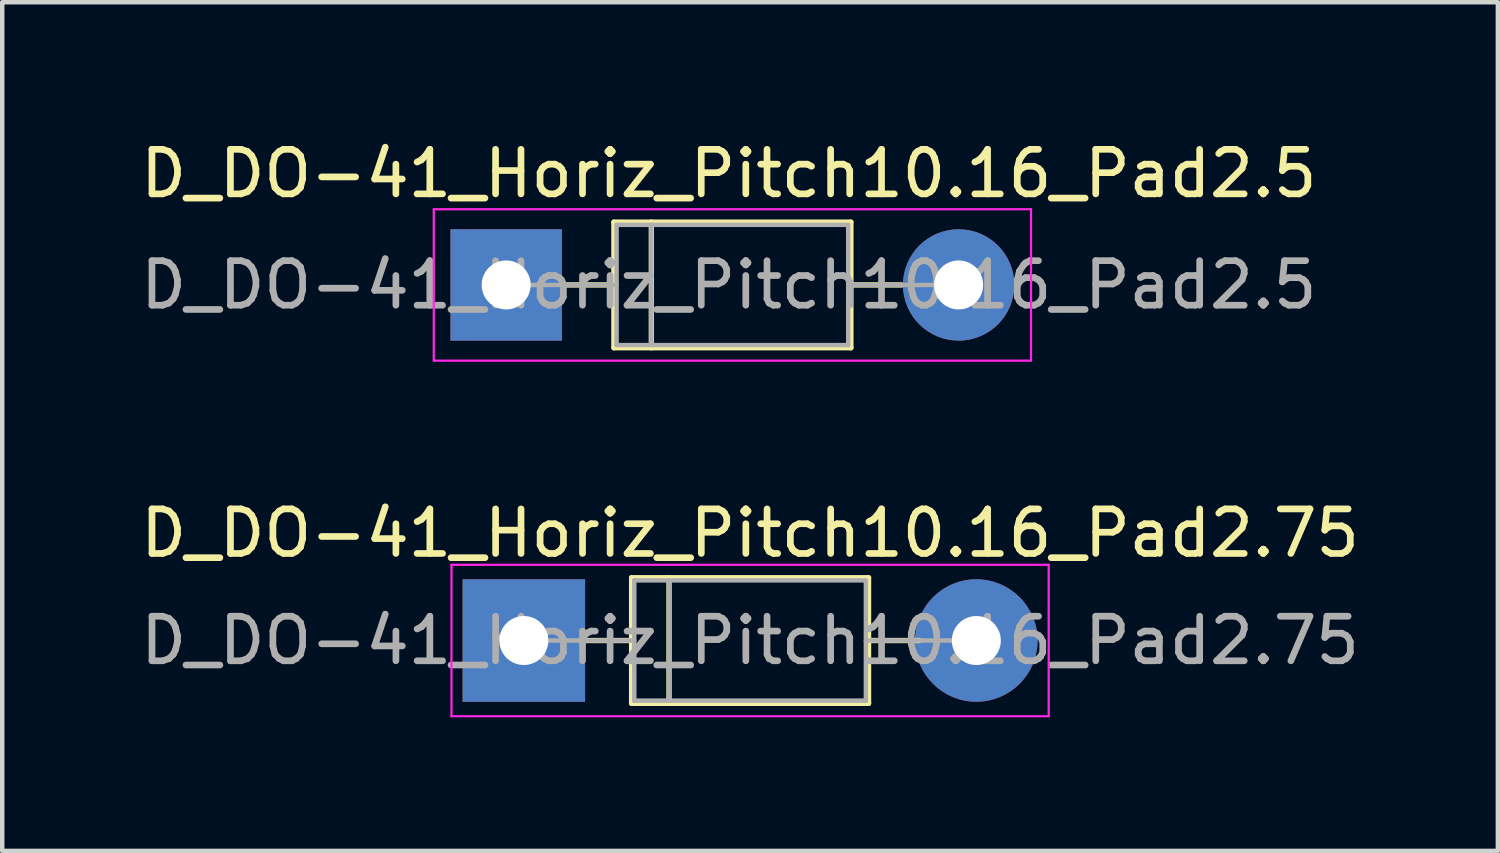
<source format=kicad_pcb>
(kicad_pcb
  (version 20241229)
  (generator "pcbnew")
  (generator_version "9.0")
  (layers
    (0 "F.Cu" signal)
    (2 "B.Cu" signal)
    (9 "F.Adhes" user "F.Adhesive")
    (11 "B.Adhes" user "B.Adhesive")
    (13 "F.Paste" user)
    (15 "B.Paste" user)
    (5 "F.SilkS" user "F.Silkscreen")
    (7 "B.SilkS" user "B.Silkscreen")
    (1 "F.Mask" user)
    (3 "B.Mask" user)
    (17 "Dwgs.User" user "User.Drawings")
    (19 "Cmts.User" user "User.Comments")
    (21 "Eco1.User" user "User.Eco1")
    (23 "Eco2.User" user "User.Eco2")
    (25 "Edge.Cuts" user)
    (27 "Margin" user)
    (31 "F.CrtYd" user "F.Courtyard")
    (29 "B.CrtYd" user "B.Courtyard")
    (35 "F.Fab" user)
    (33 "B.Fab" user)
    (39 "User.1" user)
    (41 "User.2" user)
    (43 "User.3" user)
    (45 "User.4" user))
  (footprint "D_DO-41_Horiz_Pitch10.16_Pad2.5"
    (layer "F.Cu")
    (at 8.315 3.348)
    (property "Reference" "D_DO-41_Horiz_Pitch10.16_Pad2.5" (at 5 0 0) (layer "F.Fab") (effects (font (size 1 1) (thickness 0.15))))
    (attr through_hole)
    (fp_line (start 1.28 0) (end 2.42 0) (stroke (width 0.12) (type solid)) (layer "F.SilkS"))
    (fp_line (start 2.42 -1.41) (end 2.42 1.41) (stroke (width 0.12) (type solid)) (layer "F.SilkS"))
    (fp_line (start 2.42 1.41) (end 7.74 1.41) (stroke (width 0.12) (type solid)) (layer "F.SilkS"))
    (fp_line (start 3.26 -1.41) (end 3.26 1.41) (stroke (width 0.12) (type solid)) (layer "F.SilkS"))
    (fp_line (start 7.74 -1.41) (end 2.42 -1.41) (stroke (width 0.12) (type solid)) (layer "F.SilkS"))
    (fp_line (start 7.74 1.41) (end 7.74 -1.41) (stroke (width 0.12) (type solid)) (layer "F.SilkS"))
    (fp_line (start 8.88 0) (end 7.74 0) (stroke (width 0.12) (type solid)) (layer "F.SilkS"))
    (fp_line (start -1.625 -1.7) (end -1.625 1.7) (stroke (width 0.05) (type solid)) (layer "F.CrtYd"))
    (fp_line (start -1.625 1.7) (end 11.785 1.7) (stroke (width 0.05) (type solid)) (layer "F.CrtYd"))
    (fp_line (start 11.785 -1.7) (end -1.625 -1.7) (stroke (width 0.05) (type solid)) (layer "F.CrtYd"))
    (fp_line (start 11.785 1.7) (end 11.785 -1.7) (stroke (width 0.05) (type solid)) (layer "F.CrtYd"))
    (fp_line (start 0 0) (end 2.48 0) (stroke (width 0.1) (type solid)) (layer "F.Fab"))
    (fp_line (start 2.48 -1.35) (end 2.48 1.35) (stroke (width 0.1) (type solid)) (layer "F.Fab"))
    (fp_line (start 2.48 1.35) (end 7.68 1.35) (stroke (width 0.1) (type solid)) (layer "F.Fab"))
    (fp_line (start 3.26 -1.35) (end 3.26 1.35) (stroke (width 0.1) (type solid)) (layer "F.Fab"))
    (fp_line (start 7.68 -1.35) (end 2.48 -1.35) (stroke (width 0.1) (type solid)) (layer "F.Fab"))
    (fp_line (start 7.68 1.35) (end 7.68 -1.35) (stroke (width 0.1) (type solid)) (layer "F.Fab"))
    (fp_line (start 10.16 0) (end 7.68 0) (stroke (width 0.1) (type solid)) (layer "F.Fab"))
    (fp_text user "${REFERENCE}" (at 5 -2.5 0) (layer "F.SilkS") (effects (font (size 1 1) (thickness 0.15))))
    (pad "1" thru_hole rect (at 0 0) (size 2.5 2.5) (drill 1.1) (layers "*.Cu" "*.Mask"))
    (pad "2" thru_hole circle (at 10.16 0) (size 2.5 2.5) (drill 1.1) (layers "*.Cu" "*.Mask")))
  (footprint "D_DO-41_Horiz_Pitch10.16_Pad2.75"
    (layer "F.Cu")
    (at 8.712 11.332)
    (property "Reference" "D_DO-41_Horiz_Pitch10.16_Pad2.75" (at 5.08 -2.41 0) (layer "F.SilkS") (effects (font (size 1 1) (thickness 0.15))))
    (attr through_hole)
    (fp_line (start 1.28 0) (end 2.42 0) (stroke (width 0.12) (type solid)) (layer "F.SilkS"))
    (fp_line (start 2.42 -1.41) (end 2.42 1.41) (stroke (width 0.12) (type solid)) (layer "F.SilkS"))
    (fp_line (start 2.42 1.41) (end 7.74 1.41) (stroke (width 0.12) (type solid)) (layer "F.SilkS"))
    (fp_line (start 3.26 -1.41) (end 3.26 1.41) (stroke (width 0.12) (type solid)) (layer "F.SilkS"))
    (fp_line (start 7.74 -1.41) (end 2.42 -1.41) (stroke (width 0.12) (type solid)) (layer "F.SilkS"))
    (fp_line (start 7.74 1.41) (end 7.74 -1.41) (stroke (width 0.12) (type solid)) (layer "F.SilkS"))
    (fp_line (start 8.88 0) (end 7.74 0) (stroke (width 0.12) (type solid)) (layer "F.SilkS"))
    (fp_line (start -1.625 -1.7) (end -1.625 1.7) (stroke (width 0.05) (type solid)) (layer "F.CrtYd"))
    (fp_line (start -1.625 1.7) (end 11.785 1.7) (stroke (width 0.05) (type solid)) (layer "F.CrtYd"))
    (fp_line (start 11.785 -1.7) (end -1.625 -1.7) (stroke (width 0.05) (type solid)) (layer "F.CrtYd"))
    (fp_line (start 11.785 1.7) (end 11.785 -1.7) (stroke (width 0.05) (type solid)) (layer "F.CrtYd"))
    (fp_line (start 0 0) (end 2.48 0) (stroke (width 0.1) (type solid)) (layer "F.Fab"))
    (fp_line (start 2.48 -1.35) (end 2.48 1.35) (stroke (width 0.1) (type solid)) (layer "F.Fab"))
    (fp_line (start 2.48 1.35) (end 7.68 1.35) (stroke (width 0.1) (type solid)) (layer "F.Fab"))
    (fp_line (start 3.26 -1.35) (end 3.26 1.35) (stroke (width 0.1) (type solid)) (layer "F.Fab"))
    (fp_line (start 7.68 -1.35) (end 2.48 -1.35) (stroke (width 0.1) (type solid)) (layer "F.Fab"))
    (fp_line (start 7.68 1.35) (end 7.68 -1.35) (stroke (width 0.1) (type solid)) (layer "F.Fab"))
    (fp_line (start 10.16 0) (end 7.68 0) (stroke (width 0.1) (type solid)) (layer "F.Fab"))
    (fp_text user "${REFERENCE}" (at 5.08 0 0) (layer "F.Fab") (effects (font (size 1 1) (thickness 0.15))))
    (pad "1" thru_hole rect (at 0 0) (size 2.75 2.75) (drill 1.1) (layers "*.Cu" "*.Mask"))
    (pad "2" thru_hole circle (at 10.16 0) (size 2.75 2.75) (drill 1.1) (layers "*.Cu" "*.Mask")))
  (gr_rect
    (start -3 -3)
    (end 30.583 16.056)
    (stroke (width 0.1) (type default))
    (fill no)
    (layer "Edge.Cuts")))
</source>
